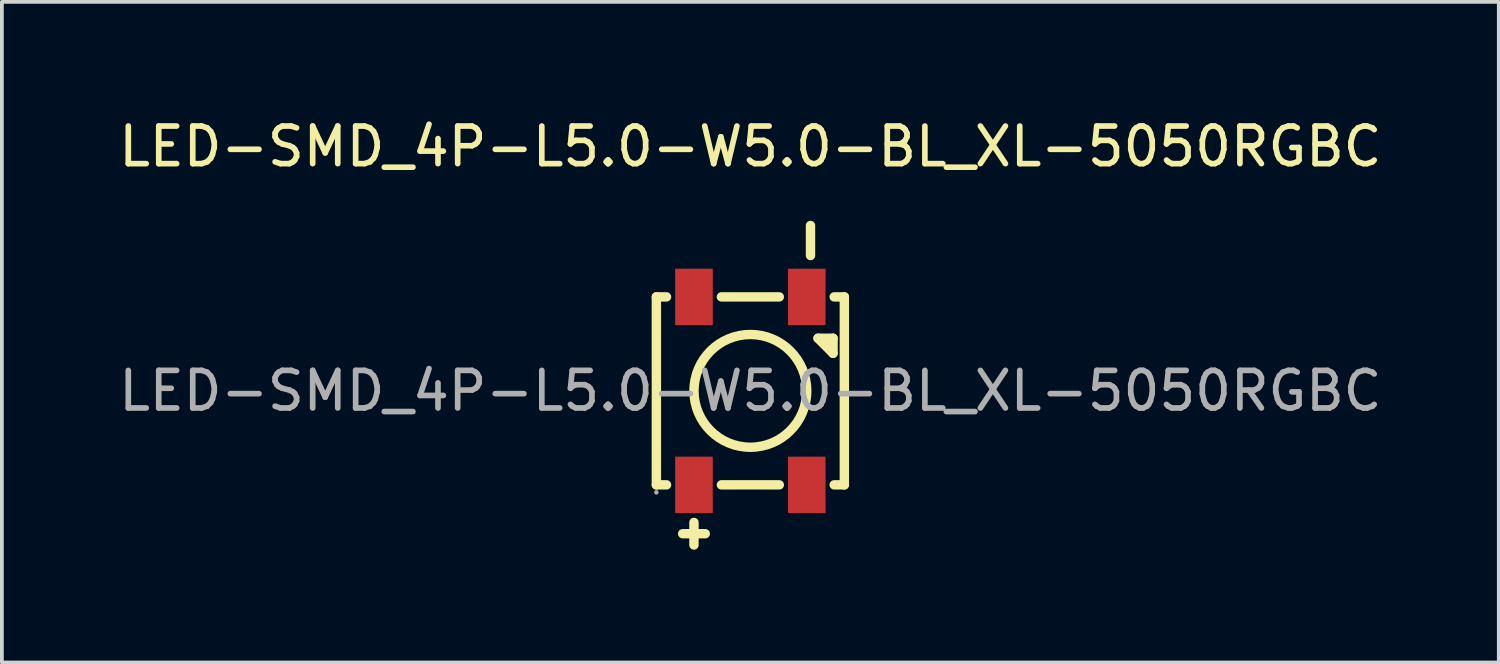
<source format=kicad_pcb>
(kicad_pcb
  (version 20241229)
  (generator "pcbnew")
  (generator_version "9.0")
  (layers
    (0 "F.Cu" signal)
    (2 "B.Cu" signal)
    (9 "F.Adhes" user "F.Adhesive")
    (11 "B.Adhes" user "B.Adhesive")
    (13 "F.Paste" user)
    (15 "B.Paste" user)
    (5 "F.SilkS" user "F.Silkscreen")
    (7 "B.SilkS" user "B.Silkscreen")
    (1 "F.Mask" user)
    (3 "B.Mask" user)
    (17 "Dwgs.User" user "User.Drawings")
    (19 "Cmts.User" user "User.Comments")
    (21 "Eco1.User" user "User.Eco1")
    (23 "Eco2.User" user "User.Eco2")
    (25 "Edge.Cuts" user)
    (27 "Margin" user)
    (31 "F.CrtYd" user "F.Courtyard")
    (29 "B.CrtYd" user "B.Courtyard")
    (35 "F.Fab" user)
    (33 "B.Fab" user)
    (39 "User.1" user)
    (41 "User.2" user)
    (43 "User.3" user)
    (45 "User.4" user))
  (footprint "LED-SMD_4P-L5.0-W5.0-BL_XL-5050RGBC"
    (layer "F.Cu")
    (at 16.911 7.348)
    (property "Reference" "LED-SMD_4P-L5.0-W5.0-BL_XL-5050RGBC" (at 0 -6.5 0) (layer "F.SilkS") (effects (font (size 1 1) (thickness 0.15))))
    (attr smd)
    (fp_line (start -2.5 -2.5) (end -2.23 -2.5) (stroke (width 0.25) (type solid)) (layer "F.SilkS"))
    (fp_line (start -2.5 2.5) (end -2.5 -2.5) (stroke (width 0.25) (type solid)) (layer "F.SilkS"))
    (fp_line (start -2.5 2.5) (end -2.23 2.5) (stroke (width 0.25) (type solid)) (layer "F.SilkS"))
    (fp_line (start -1.8 3.8) (end -1.2 3.8) (stroke (width 0.25) (type solid)) (layer "F.SilkS"))
    (fp_line (start -1.5 4.1) (end -1.5 3.5) (stroke (width 0.25) (type solid)) (layer "F.SilkS"))
    (fp_line (start -0.77 -2.5) (end 0.77 -2.5) (stroke (width 0.25) (type solid)) (layer "F.SilkS"))
    (fp_line (start -0.77 2.5) (end 0.77 2.5) (stroke (width 0.25) (type solid)) (layer "F.SilkS"))
    (fp_line (start 1.6 -4.4) (end 1.6 -3.6) (stroke (width 0.25) (type solid)) (layer "F.SilkS"))
    (fp_line (start 1.8 -1.4) (end 2.2 -1.4) (stroke (width 0.25) (type solid)) (layer "F.SilkS"))
    (fp_line (start 2.2 -1.4) (end 2.2 -1) (stroke (width 0.25) (type solid)) (layer "F.SilkS"))
    (fp_line (start 2.2 -1) (end 1.8 -1.4) (stroke (width 0.25) (type solid)) (layer "F.SilkS"))
    (fp_line (start 2.23 -2.5) (end 2.5 -2.5) (stroke (width 0.25) (type solid)) (layer "F.SilkS"))
    (fp_line (start 2.23 2.5) (end 2.5 2.5) (stroke (width 0.25) (type solid)) (layer "F.SilkS"))
    (fp_line (start 2.5 2.5) (end 2.5 -2.5) (stroke (width 0.25) (type solid)) (layer "F.SilkS"))
    (fp_circle (center 0 0) (end 1.5 0) (stroke (width 0.25) (type solid)) (fill no) (layer "F.SilkS"))
    (fp_circle (center -2.5 2.7) (end -2.47 2.7) (stroke (width 0.06) (type solid)) (fill no) (layer "F.Fab"))
    (fp_text user "${REFERENCE}" (at 0 0 0) (layer "F.Fab") (effects (font (size 1 1) (thickness 0.15))))
    (pad "1" smd rect (at -1.5 2.5 90) (size 1.5 1) (layers "F.Cu" "F.Mask" "F.Paste"))
    (pad "2" smd rect (at 1.5 2.5 90) (size 1.5 1) (layers "F.Cu" "F.Mask" "F.Paste"))
    (pad "3" smd rect (at 1.5 -2.5 90) (size 1.5 1) (layers "F.Cu" "F.Mask" "F.Paste"))
    (pad "4" smd rect (at -1.5 -2.5 90) (size 1.5 1) (layers "F.Cu" "F.Mask" "F.Paste")))
  (gr_rect
    (start -3 -3)
    (end 36.821 14.573)
    (stroke (width 0.1) (type default))
    (fill no)
    (layer "Edge.Cuts")))
</source>
